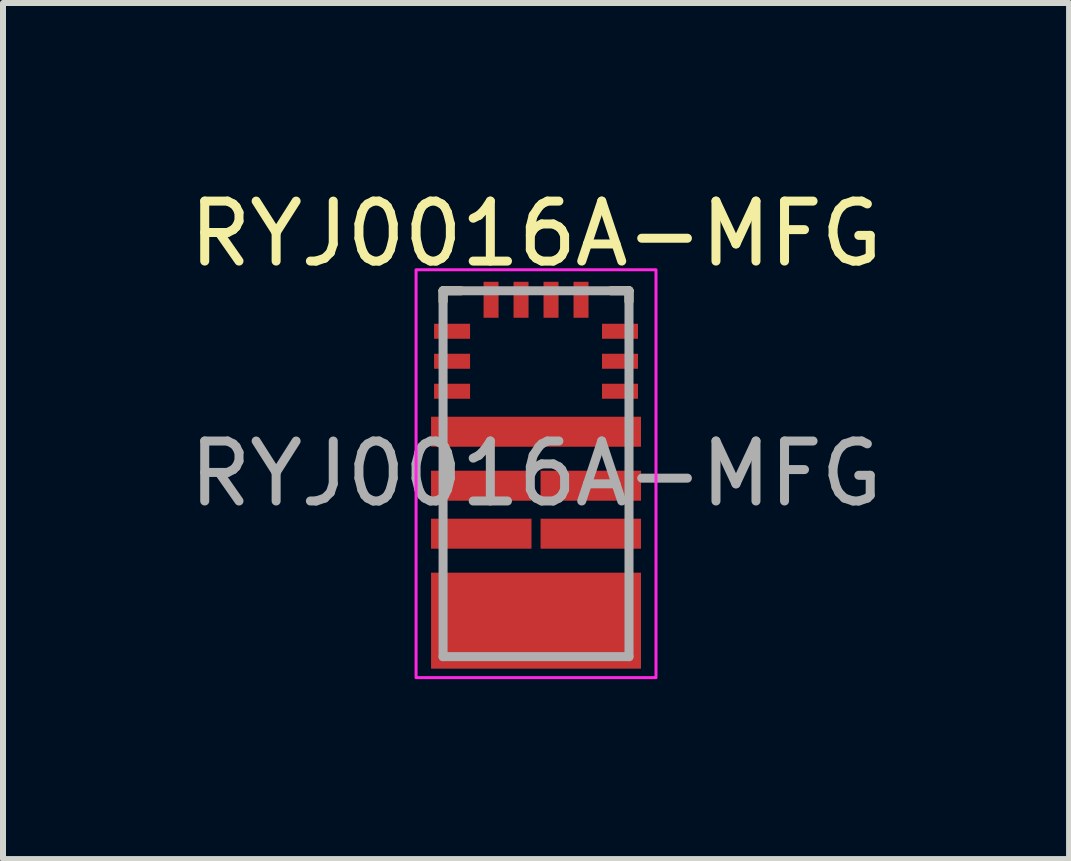
<source format=kicad_pcb>
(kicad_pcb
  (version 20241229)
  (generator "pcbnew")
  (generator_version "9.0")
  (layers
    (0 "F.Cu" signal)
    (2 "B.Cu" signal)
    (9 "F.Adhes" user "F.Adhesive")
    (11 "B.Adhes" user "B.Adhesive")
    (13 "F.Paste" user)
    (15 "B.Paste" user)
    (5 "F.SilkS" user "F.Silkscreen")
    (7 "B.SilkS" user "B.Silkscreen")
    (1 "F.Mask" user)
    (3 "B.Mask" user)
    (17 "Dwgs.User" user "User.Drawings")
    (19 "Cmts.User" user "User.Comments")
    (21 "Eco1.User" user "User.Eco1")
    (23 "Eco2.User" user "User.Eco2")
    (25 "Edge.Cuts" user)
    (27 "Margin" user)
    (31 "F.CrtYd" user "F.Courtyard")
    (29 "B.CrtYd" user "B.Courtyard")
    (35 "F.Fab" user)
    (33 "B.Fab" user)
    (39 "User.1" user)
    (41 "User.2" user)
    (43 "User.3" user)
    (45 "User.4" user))
  (footprint "RYJ0016A-MFG"
    (layer "F.Cu")
    (at 5.887 4.848)
    (property "Reference" "RYJ0016A-MFG" (at 0 -4 0) (unlocked yes) (layer "F.SilkS") (effects (font (size 1 1) (thickness 0.15))))
    (attr smd)
    (fp_poly (pts (xy -1.7 0.125) (xy -1.651 0.075) (xy -1.351 0.075) (xy -1.351 0) (xy -0.176 0) (xy -0.125 0.05) (xy -0.125 0.35) (xy -0.175 0.4) (xy -1.351 0.4) (xy -1.351 0.325) (xy -1.651 0.325) (xy -1.7 0.275)) (stroke (width 0) (type solid)) (fill yes) (layer "F.Mask"))
    (fp_poly (pts (xy -1.7 0.925) (xy -1.651 0.875) (xy -1.351 0.875) (xy -1.351 0.8) (xy -0.175 0.8) (xy -0.125 0.85) (xy -0.125 1.15) (xy -0.175 1.2) (xy -1.351 1.2) (xy -1.351 1.125) (xy -1.651 1.125) (xy -1.7 1.075)) (stroke (width 0) (type solid)) (fill yes) (layer "F.Mask"))
    (fp_poly (pts (xy 1.7 0.125) (xy 1.651 0.075) (xy 1.351 0.075) (xy 1.351 0) (xy 0.176 0) (xy 0.125 0.05) (xy 0.125 0.35) (xy 0.175 0.4) (xy 1.351 0.4) (xy 1.351 0.325) (xy 1.651 0.325) (xy 1.7 0.275)) (stroke (width 0) (type solid)) (fill yes) (layer "F.Mask"))
    (fp_poly (pts (xy 1.7 0.925) (xy 1.651 0.875) (xy 1.351 0.875) (xy 1.351 0.8) (xy 0.175 0.8) (xy 0.125 0.85) (xy 0.125 1.15) (xy 0.175 1.2) (xy 1.351 1.2) (xy 1.351 1.125) (xy 1.651 1.125) (xy 1.7 1.075)) (stroke (width 0) (type solid)) (fill yes) (layer "F.Mask"))
    (fp_poly (pts (xy -1.7 -0.775) (xy -1.65 -0.825) (xy -1.35 -0.825) (xy -1.35 -0.9) (xy 1.35 -0.9) (xy 1.35 -0.825) (xy 1.65 -0.825) (xy 1.7 -0.775) (xy 1.7 -0.625) (xy 1.65 -0.575) (xy 1.35 -0.575) (xy 1.35 -0.5) (xy -1.35 -0.5) (xy -1.35 -0.575) (xy -1.65 -0.575) (xy -1.7 -0.625)) (stroke (width 0) (type solid)) (fill yes) (layer "F.Mask"))
    (fp_poly (pts (xy -1.7 1.825) (xy -1.65 1.775) (xy -1.35 1.775) (xy -1.35 1.7) (xy 1.35 1.7) (xy 1.35 1.775) (xy 1.65 1.775) (xy 1.7 1.825) (xy 1.7 1.975) (xy 1.65 2.025) (xy 1.35 2.025) (xy 1.35 2.1) (xy 0.875 2.1) (xy 0.875 3.15) (xy 0.825 3.2) (xy 0.675 3.2) (xy 0.625 3.15) (xy 0.625 2.1) (xy 0.375 2.1) (xy 0.375 3.15) (xy 0.325 3.2) (xy 0.175 3.2) (xy 0.125 3.15) (xy 0.125 2.1) (xy -0.125 2.1) (xy -0.125 3.15) (xy -0.175 3.2) (xy -0.325 3.2) (xy -0.375 3.15) (xy -0.375 2.1) (xy -0.625 2.1) (xy -0.625 3.15) (xy -0.675 3.2) (xy -0.825 3.2) (xy -0.875 3.15) (xy -0.875 2.1) (xy -1.35 2.1) (xy -1.35 2.025) (xy -1.65 2.025) (xy -1.7 1.975)) (stroke (width 0) (type solid)) (fill yes) (layer "F.Mask"))
    (fp_line (start -1.55 -3.05) (end -1.25 -3.05) (stroke (width 0.15) (type solid)) (layer "F.SilkS"))
    (fp_line (start -1.55 -2.875) (end -1.55 -3.05) (stroke (width 0.15) (type solid)) (layer "F.SilkS"))
    (fp_line (start 1.25 -3.05) (end 1.55 -3.05) (stroke (width 0.15) (type solid)) (layer "F.SilkS"))
    (fp_line (start 1.55 -2.875) (end 1.55 -3.05) (stroke (width 0.15) (type solid)) (layer "F.SilkS"))
    (fp_poly (pts (xy -0.875 2.35) (xy -0.825 2.3) (xy -0.675 2.3) (xy -0.625 2.35) (xy -0.625 3.15) (xy -0.675 3.2) (xy -0.825 3.2) (xy -0.875 3.15)) (stroke (width 0) (type solid)) (fill yes) (layer "F.Paste"))
    (fp_poly (pts (xy -0.325 2.3) (xy -0.175 2.3) (xy -0.125 2.35) (xy -0.125 3.15) (xy -0.175 3.2) (xy -0.325 3.2) (xy -0.375 3.15) (xy -0.375 2.35)) (stroke (width 0) (type solid)) (fill yes) (layer "F.Paste"))
    (fp_poly (pts (xy 0.125 2.35) (xy 0.175 2.3) (xy 0.325 2.3) (xy 0.375 2.35) (xy 0.375 3.15) (xy 0.325 3.2) (xy 0.175 3.2) (xy 0.125 3.15)) (stroke (width 0) (type solid)) (fill yes) (layer "F.Paste"))
    (fp_poly (pts (xy 0.825 2.3) (xy 0.875 2.35) (xy 0.875 3.15) (xy 0.825 3.2) (xy 0.675 3.2) (xy 0.625 3.15) (xy 0.625 2.35) (xy 0.675 2.3)) (stroke (width 0) (type solid)) (fill yes) (layer "F.Paste"))
    (fp_poly (pts (xy -1.7 -0.775) (xy -1.651 -0.825) (xy -1.351 -0.825) (xy -1.351 -0.9) (xy -0.176 -0.9) (xy -0.125 -0.85) (xy -0.125 -0.55) (xy -0.175 -0.5) (xy -1.351 -0.5) (xy -1.351 -0.575) (xy -1.651 -0.575) (xy -1.7 -0.625)) (stroke (width 0) (type solid)) (fill yes) (layer "F.Paste"))
    (fp_poly (pts (xy -1.7 0.125) (xy -1.651 0.075) (xy -1.351 0.075) (xy -1.351 0) (xy -0.176 0) (xy -0.125 0.05) (xy -0.125 0.35) (xy -0.175 0.4) (xy -1.351 0.4) (xy -1.351 0.325) (xy -1.651 0.325) (xy -1.7 0.275)) (stroke (width 0) (type solid)) (fill yes) (layer "F.Paste"))
    (fp_poly (pts (xy -1.7 0.925) (xy -1.651 0.875) (xy -1.351 0.875) (xy -1.351 0.8) (xy -0.175 0.8) (xy -0.125 0.85) (xy -0.125 1.15) (xy -0.175 1.2) (xy -1.351 1.2) (xy -1.351 1.125) (xy -1.651 1.125) (xy -1.7 1.075)) (stroke (width 0) (type solid)) (fill yes) (layer "F.Paste"))
    (fp_poly (pts (xy -1.7 1.825) (xy -1.651 1.775) (xy -1.351 1.775) (xy -1.351 1.7) (xy -0.175 1.7) (xy -0.125 1.75) (xy -0.125 2.05) (xy -0.175 2.1) (xy -1.351 2.1) (xy -1.351 2.025) (xy -1.651 2.025) (xy -1.7 1.975)) (stroke (width 0) (type solid)) (fill yes) (layer "F.Paste"))
    (fp_poly (pts (xy 1.7 -0.775) (xy 1.651 -0.825) (xy 1.351 -0.825) (xy 1.351 -0.9) (xy 0.176 -0.9) (xy 0.125 -0.85) (xy 0.125 -0.55) (xy 0.175 -0.5) (xy 1.351 -0.5) (xy 1.351 -0.575) (xy 1.651 -0.575) (xy 1.7 -0.625)) (stroke (width 0) (type solid)) (fill yes) (layer "F.Paste"))
    (fp_poly (pts (xy 1.7 0.125) (xy 1.651 0.075) (xy 1.351 0.075) (xy 1.351 0) (xy 0.176 0) (xy 0.125 0.05) (xy 0.125 0.35) (xy 0.175 0.4) (xy 1.351 0.4) (xy 1.351 0.325) (xy 1.651 0.325) (xy 1.7 0.275)) (stroke (width 0) (type solid)) (fill yes) (layer "F.Paste"))
    (fp_poly (pts (xy 1.7 0.925) (xy 1.651 0.875) (xy 1.351 0.875) (xy 1.351 0.8) (xy 0.175 0.8) (xy 0.125 0.85) (xy 0.125 1.15) (xy 0.175 1.2) (xy 1.351 1.2) (xy 1.351 1.125) (xy 1.651 1.125) (xy 1.7 1.075)) (stroke (width 0) (type solid)) (fill yes) (layer "F.Paste"))
    (fp_poly (pts (xy 1.7 1.825) (xy 1.651 1.775) (xy 1.351 1.775) (xy 1.351 1.7) (xy 0.176 1.7) (xy 0.125 1.75) (xy 0.125 2.05) (xy 0.175 2.1) (xy 1.351 2.1) (xy 1.351 2.025) (xy 1.651 2.025) (xy 1.7 1.975)) (stroke (width 0) (type solid)) (fill yes) (layer "F.Paste"))
    (fp_rect (start -2 -3.4) (end 2 3.4) (stroke (width 0.05) (type default)) (fill no) (layer "F.CrtYd"))
    (fp_line (start -1.55 -3.05) (end 1.55 -3.05) (stroke (width 0.15) (type solid)) (layer "F.Fab"))
    (fp_line (start -1.55 3.05) (end -1.55 -3.05) (stroke (width 0.15) (type solid)) (layer "F.Fab"))
    (fp_line (start -1.55 3.05) (end 1.55 3.05) (stroke (width 0.15) (type solid)) (layer "F.Fab"))
    (fp_line (start 1.55 3.05) (end 1.55 -3.05) (stroke (width 0.15) (type solid)) (layer "F.Fab"))
    (fp_text user "${REFERENCE}" (at 0 0 0) (unlocked yes) (layer "F.Fab") (effects (font (size 1 1) (thickness 0.15))))
    (pad "1" smd rect (at -1.4 -2.375 90) (size 0.25 0.6) (layers "F.Cu" "F.Mask" "F.Paste"))
    (pad "2" smd rect (at -1.4 -1.875 90) (size 0.25 0.6) (layers "F.Cu" "F.Mask" "F.Paste"))
    (pad "3" smd rect (at -1.4 -1.375 90) (size 0.25 0.6) (layers "F.Cu" "F.Mask" "F.Paste"))
    (pad "4" smd rect (at 0 -0.7) (size 3.5 0.5) (layers "F.Cu"))
    (pad "5" smd rect (at -0.913 0.2) (size 1.675 0.5) (layers "F.Cu"))
    (pad "6" smd rect (at -0.913 1) (size 1.675 0.5) (layers "F.Cu"))
    (pad "7" smd rect (at 0 2.45) (size 3.5 1.6) (layers "F.Cu"))
    (pad "8" smd rect (at 0.913 1) (size 1.675 0.5) (layers "F.Cu"))
    (pad "9" smd rect (at 0.913 0.2) (size 1.675 0.5) (layers "F.Cu"))
    (pad "10" smd rect (at 1.4 -1.375 90) (size 0.25 0.6) (layers "F.Cu" "F.Mask" "F.Paste"))
    (pad "11" smd rect (at 1.4 -1.875 90) (size 0.25 0.6) (layers "F.Cu" "F.Mask" "F.Paste"))
    (pad "12" smd rect (at 1.4 -2.375 90) (size 0.25 0.6) (layers "F.Cu" "F.Mask" "F.Paste"))
    (pad "13" smd rect (at 0.75 -2.9) (size 0.25 0.6) (layers "F.Cu" "F.Mask" "F.Paste"))
    (pad "14" smd rect (at 0.25 -2.9) (size 0.25 0.6) (layers "F.Cu" "F.Mask" "F.Paste"))
    (pad "15" smd rect (at -0.25 -2.9) (size 0.25 0.6) (layers "F.Cu" "F.Mask" "F.Paste"))
    (pad "16" smd rect (at -0.75 -2.9) (size 0.25 0.6) (layers "F.Cu" "F.Mask" "F.Paste")))
  (gr_rect
    (start -3 -3)
    (end 14.774 11.273)
    (stroke (width 0.1) (type default))
    (fill no)
    (layer "Edge.Cuts")))
</source>
